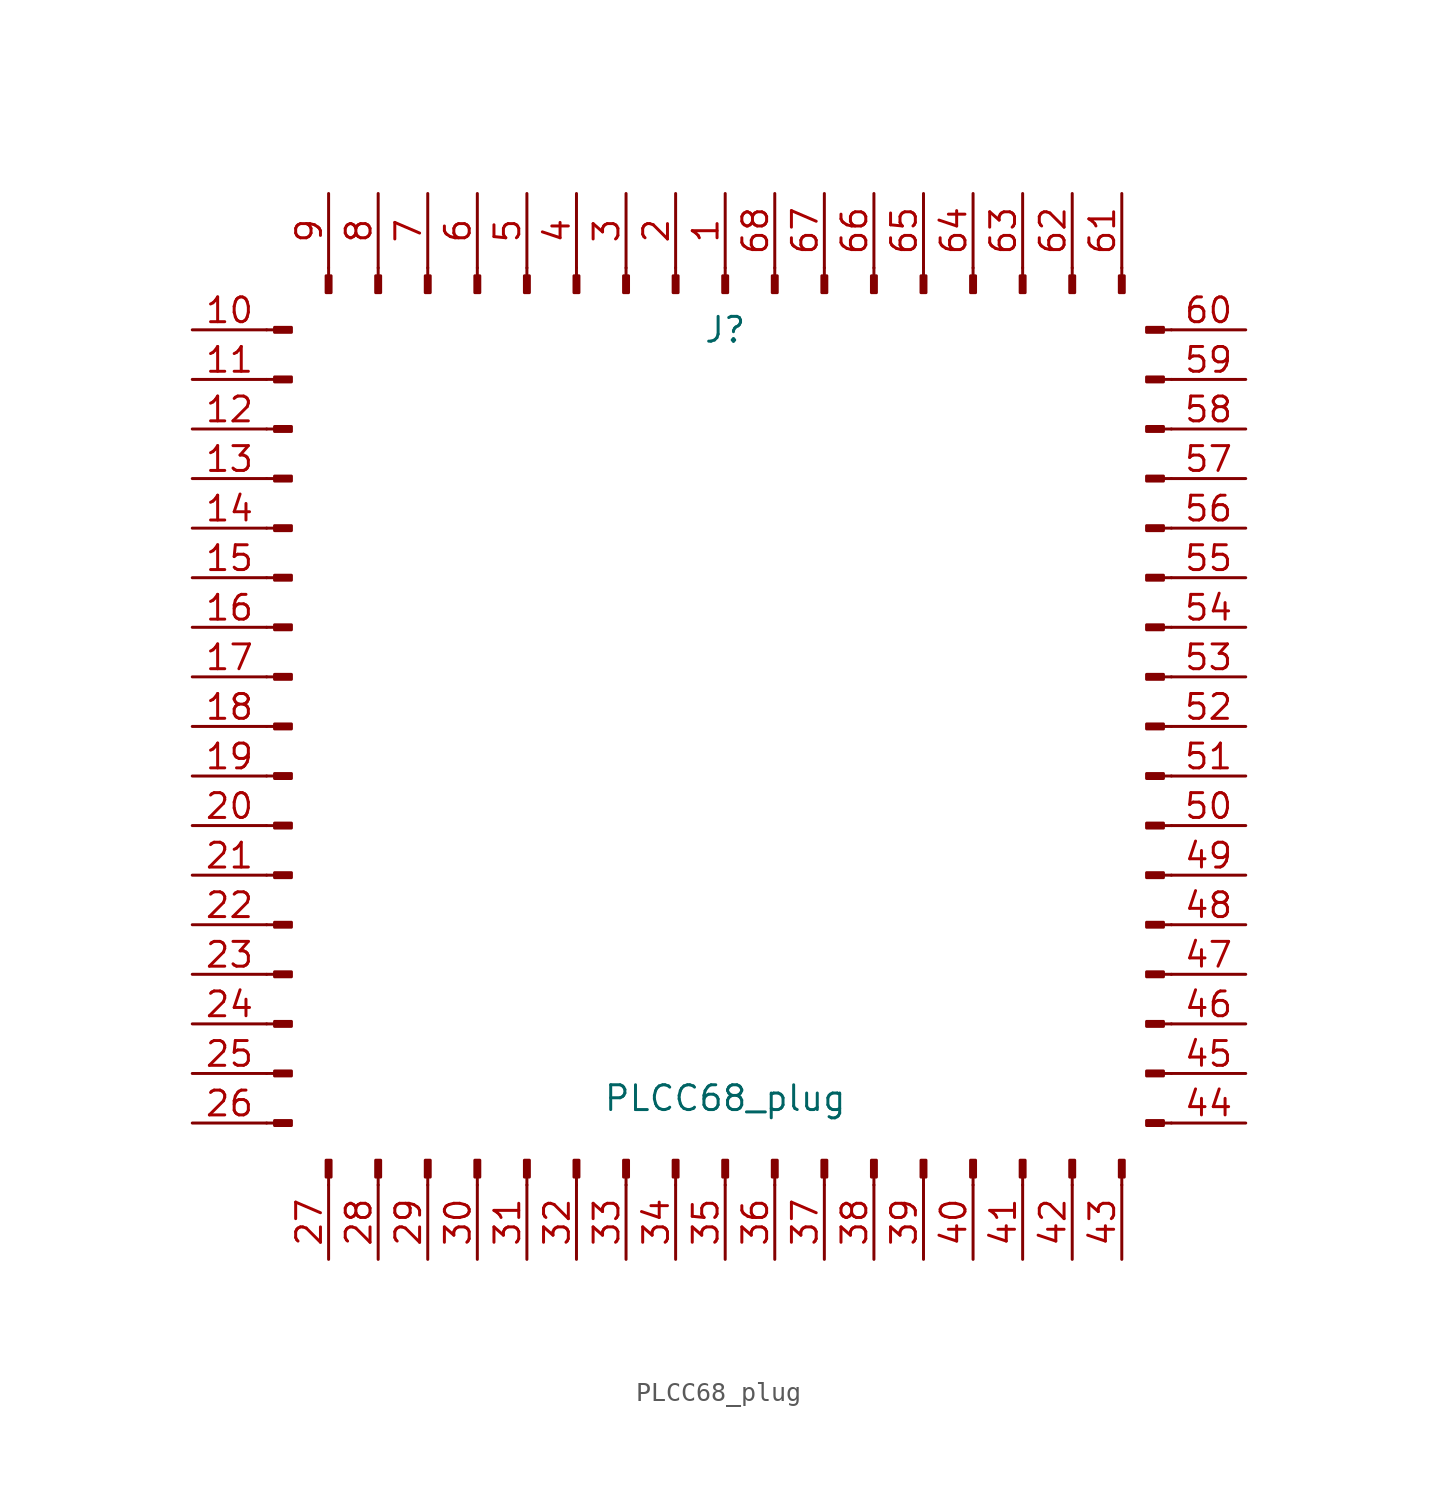
<source format=kicad_sym>
(kicad_symbol_lib
  (version 20211014)
  (generator kicad_symbol_editor)
  (symbol "PLCC68_plug"
    (pin_names
      (offset 1.016) hide)
    (property "Reference" "J"
      (at 0 20.32 0)
      (effects (font (size 1.27 1.27))))
    (property "Value" "PLCC68_plug"
      (at 0 -19.05 0)
      (effects (font (size 1.27 1.27))))
    (symbol "PLCC68_plug_1_1"
      (rectangle (start -22.225 -20.447) (end -23.089 -20.193) (stroke (width 0.152) (type default) (color 0 0 0 0)) (fill (type outline)))
      (rectangle (start -22.225 -17.907) (end -23.089 -17.653) (stroke (width 0.152) (type default) (color 0 0 0 0)) (fill (type outline)))
      (rectangle (start -22.225 -15.367) (end -23.089 -15.113) (stroke (width 0.152) (type default) (color 0 0 0 0)) (fill (type outline)))
      (rectangle (start -22.225 -12.827) (end -23.089 -12.573) (stroke (width 0.152) (type default) (color 0 0 0 0)) (fill (type outline)))
      (rectangle (start -22.225 -10.287) (end -23.089 -10.033) (stroke (width 0.152) (type default) (color 0 0 0 0)) (fill (type outline)))
      (rectangle (start -22.225 -7.747) (end -23.089 -7.493) (stroke (width 0.152) (type default) (color 0 0 0 0)) (fill (type outline)))
      (rectangle (start -22.225 -5.207) (end -23.089 -4.953) (stroke (width 0.152) (type default) (color 0 0 0 0)) (fill (type outline)))
      (rectangle (start -22.225 -2.667) (end -23.089 -2.413) (stroke (width 0.152) (type default) (color 0 0 0 0)) (fill (type outline)))
      (rectangle (start -22.225 -0.127) (end -23.089 0.127) (stroke (width 0.152) (type default) (color 0 0 0 0)) (fill (type outline)))
      (rectangle (start -22.225 2.413) (end -23.089 2.667) (stroke (width 0.152) (type default) (color 0 0 0 0)) (fill (type outline)))
      (rectangle (start -22.225 4.953) (end -23.089 5.207) (stroke (width 0.152) (type default) (color 0 0 0 0)) (fill (type outline)))
      (rectangle (start -22.225 7.493) (end -23.089 7.747) (stroke (width 0.152) (type default) (color 0 0 0 0)) (fill (type outline)))
      (rectangle (start -22.225 10.033) (end -23.089 10.287) (stroke (width 0.152) (type default) (color 0 0 0 0)) (fill (type outline)))
      (rectangle (start -22.225 12.573) (end -23.089 12.827) (stroke (width 0.152) (type default) (color 0 0 0 0)) (fill (type outline)))
      (rectangle (start -22.225 15.113) (end -23.089 15.367) (stroke (width 0.152) (type default) (color 0 0 0 0)) (fill (type outline)))
      (rectangle (start -22.225 17.653) (end -23.089 17.907) (stroke (width 0.152) (type default) (color 0 0 0 0)) (fill (type outline)))
      (rectangle (start -22.225 20.193) (end -23.089 20.447) (stroke (width 0.152) (type default) (color 0 0 0 0)) (fill (type outline)))
      (rectangle (start -20.447 22.225) (end -20.193 23.089) (stroke (width 0.152) (type default) (color 0 0 0 0)) (fill (type outline)))
      (rectangle (start -20.193 -22.225) (end -20.447 -23.089) (stroke (width 0.152) (type default) (color 0 0 0 0)) (fill (type outline)))
      (rectangle (start -17.907 22.225) (end -17.653 23.089) (stroke (width 0.152) (type default) (color 0 0 0 0)) (fill (type outline)))
      (rectangle (start -17.653 -22.225) (end -17.907 -23.089) (stroke (width 0.152) (type default) (color 0 0 0 0)) (fill (type outline)))
      (rectangle (start -15.367 22.225) (end -15.113 23.089) (stroke (width 0.152) (type default) (color 0 0 0 0)) (fill (type outline)))
      (rectangle (start -15.113 -22.225) (end -15.367 -23.089) (stroke (width 0.152) (type default) (color 0 0 0 0)) (fill (type outline)))
      (rectangle (start -12.827 22.225) (end -12.573 23.089) (stroke (width 0.152) (type default) (color 0 0 0 0)) (fill (type outline)))
      (rectangle (start -12.573 -22.225) (end -12.827 -23.089) (stroke (width 0.152) (type default) (color 0 0 0 0)) (fill (type outline)))
      (rectangle (start -10.287 22.225) (end -10.033 23.089) (stroke (width 0.152) (type default) (color 0 0 0 0)) (fill (type outline)))
      (rectangle (start -10.033 -22.225) (end -10.287 -23.089) (stroke (width 0.152) (type default) (color 0 0 0 0)) (fill (type outline)))
      (rectangle (start -7.747 22.225) (end -7.493 23.089) (stroke (width 0.152) (type default) (color 0 0 0 0)) (fill (type outline)))
      (rectangle (start -7.493 -22.225) (end -7.747 -23.089) (stroke (width 0.152) (type default) (color 0 0 0 0)) (fill (type outline)))
      (rectangle (start -5.207 22.225) (end -4.953 23.089) (stroke (width 0.152) (type default) (color 0 0 0 0)) (fill (type outline)))
      (rectangle (start -4.953 -22.225) (end -5.207 -23.089) (stroke (width 0.152) (type default) (color 0 0 0 0)) (fill (type outline)))
      (rectangle (start -2.667 22.225) (end -2.413 23.089) (stroke (width 0.152) (type default) (color 0 0 0 0)) (fill (type outline)))
      (rectangle (start -2.413 -22.225) (end -2.667 -23.089) (stroke (width 0.152) (type default) (color 0 0 0 0)) (fill (type outline)))
      (rectangle (start -0.127 22.225) (end 0.127 23.089) (stroke (width 0.152) (type default) (color 0 0 0 0)) (fill (type outline)))
      (polyline (pts (xy -23.495 -20.32) (xy -23.089 -20.32)) (stroke (width 0.152) (type default) (color 0 0 0 0)) (fill (type none)))
      (polyline (pts (xy -23.495 -17.78) (xy -23.089 -17.78)) (stroke (width 0.152) (type default) (color 0 0 0 0)) (fill (type none)))
      (polyline (pts (xy -23.495 -15.24) (xy -23.089 -15.24)) (stroke (width 0.152) (type default) (color 0 0 0 0)) (fill (type none)))
      (polyline (pts (xy -23.495 -12.7) (xy -23.089 -12.7)) (stroke (width 0.152) (type default) (color 0 0 0 0)) (fill (type none)))
      (polyline (pts (xy -23.495 -10.16) (xy -23.089 -10.16)) (stroke (width 0.152) (type default) (color 0 0 0 0)) (fill (type none)))
      (polyline (pts (xy -23.495 -7.62) (xy -23.089 -7.62)) (stroke (width 0.152) (type default) (color 0 0 0 0)) (fill (type none)))
      (polyline (pts (xy -23.495 -5.08) (xy -23.089 -5.08)) (stroke (width 0.152) (type default) (color 0 0 0 0)) (fill (type none)))
      (polyline (pts (xy -23.495 -2.54) (xy -23.089 -2.54)) (stroke (width 0.152) (type default) (color 0 0 0 0)) (fill (type none)))
      (polyline (pts (xy -23.495 0) (xy -23.089 0)) (stroke (width 0.152) (type default) (color 0 0 0 0)) (fill (type none)))
      (polyline (pts (xy -23.495 2.54) (xy -23.089 2.54)) (stroke (width 0.152) (type default) (color 0 0 0 0)) (fill (type none)))
      (polyline (pts (xy -23.495 5.08) (xy -23.089 5.08)) (stroke (width 0.152) (type default) (color 0 0 0 0)) (fill (type none)))
      (polyline (pts (xy -23.495 7.62) (xy -23.089 7.62)) (stroke (width 0.152) (type default) (color 0 0 0 0)) (fill (type none)))
      (polyline (pts (xy -23.495 10.16) (xy -23.089 10.16)) (stroke (width 0.152) (type default) (color 0 0 0 0)) (fill (type none)))
      (polyline (pts (xy -23.495 12.7) (xy -23.089 12.7)) (stroke (width 0.152) (type default) (color 0 0 0 0)) (fill (type none)))
      (polyline (pts (xy -23.495 15.24) (xy -23.089 15.24)) (stroke (width 0.152) (type default) (color 0 0 0 0)) (fill (type none)))
      (polyline (pts (xy -23.495 17.78) (xy -23.089 17.78)) (stroke (width 0.152) (type default) (color 0 0 0 0)) (fill (type none)))
      (polyline (pts (xy -23.495 20.32) (xy -23.089 20.32)) (stroke (width 0.152) (type default) (color 0 0 0 0)) (fill (type none)))
      (polyline (pts (xy -20.32 -23.495) (xy -20.32 -23.089)) (stroke (width 0.152) (type default) (color 0 0 0 0)) (fill (type none)))
      (polyline (pts (xy -20.32 23.495) (xy -20.32 23.089)) (stroke (width 0.152) (type default) (color 0 0 0 0)) (fill (type none)))
      (polyline (pts (xy -17.78 -23.495) (xy -17.78 -23.089)) (stroke (width 0.152) (type default) (color 0 0 0 0)) (fill (type none)))
      (polyline (pts (xy -17.78 23.495) (xy -17.78 23.089)) (stroke (width 0.152) (type default) (color 0 0 0 0)) (fill (type none)))
      (polyline (pts (xy -15.24 -23.495) (xy -15.24 -23.089)) (stroke (width 0.152) (type default) (color 0 0 0 0)) (fill (type none)))
      (polyline (pts (xy -15.24 23.495) (xy -15.24 23.089)) (stroke (width 0.152) (type default) (color 0 0 0 0)) (fill (type none)))
      (polyline (pts (xy -12.7 -23.495) (xy -12.7 -23.089)) (stroke (width 0.152) (type default) (color 0 0 0 0)) (fill (type none)))
      (polyline (pts (xy -12.7 23.495) (xy -12.7 23.089)) (stroke (width 0.152) (type default) (color 0 0 0 0)) (fill (type none)))
      (polyline (pts (xy -10.16 -23.495) (xy -10.16 -23.089)) (stroke (width 0.152) (type default) (color 0 0 0 0)) (fill (type none)))
      (polyline (pts (xy -10.16 23.495) (xy -10.16 23.089)) (stroke (width 0.152) (type default) (color 0 0 0 0)) (fill (type none)))
      (polyline (pts (xy -7.62 -23.495) (xy -7.62 -23.089)) (stroke (width 0.152) (type default) (color 0 0 0 0)) (fill (type none)))
      (polyline (pts (xy -7.62 23.495) (xy -7.62 23.089)) (stroke (width 0.152) (type default) (color 0 0 0 0)) (fill (type none)))
      (polyline (pts (xy -5.08 -23.495) (xy -5.08 -23.089)) (stroke (width 0.152) (type default) (color 0 0 0 0)) (fill (type none)))
      (polyline (pts (xy -5.08 23.495) (xy -5.08 23.089)) (stroke (width 0.152) (type default) (color 0 0 0 0)) (fill (type none)))
      (polyline (pts (xy -2.54 -23.495) (xy -2.54 -23.089)) (stroke (width 0.152) (type default) (color 0 0 0 0)) (fill (type none)))
      (polyline (pts (xy -2.54 23.495) (xy -2.54 23.089)) (stroke (width 0.152) (type default) (color 0 0 0 0)) (fill (type none)))
      (polyline (pts (xy 0 -23.495) (xy 0 -23.089)) (stroke (width 0.152) (type default) (color 0 0 0 0)) (fill (type none)))
      (polyline (pts (xy 0 23.495) (xy 0 23.089)) (stroke (width 0.152) (type default) (color 0 0 0 0)) (fill (type none)))
      (polyline (pts (xy 2.54 -23.495) (xy 2.54 -23.089)) (stroke (width 0.152) (type default) (color 0 0 0 0)) (fill (type none)))
      (polyline (pts (xy 2.54 23.495) (xy 2.54 23.089)) (stroke (width 0.152) (type default) (color 0 0 0 0)) (fill (type none)))
      (polyline (pts (xy 5.08 -23.495) (xy 5.08 -23.089)) (stroke (width 0.152) (type default) (color 0 0 0 0)) (fill (type none)))
      (polyline (pts (xy 5.08 23.495) (xy 5.08 23.089)) (stroke (width 0.152) (type default) (color 0 0 0 0)) (fill (type none)))
      (polyline (pts (xy 7.62 -23.495) (xy 7.62 -23.089)) (stroke (width 0.152) (type default) (color 0 0 0 0)) (fill (type none)))
      (polyline (pts (xy 7.62 23.495) (xy 7.62 23.089)) (stroke (width 0.152) (type default) (color 0 0 0 0)) (fill (type none)))
      (polyline (pts (xy 10.16 -23.495) (xy 10.16 -23.089)) (stroke (width 0.152) (type default) (color 0 0 0 0)) (fill (type none)))
      (polyline (pts (xy 10.16 23.495) (xy 10.16 23.089)) (stroke (width 0.152) (type default) (color 0 0 0 0)) (fill (type none)))
      (polyline (pts (xy 12.7 -23.495) (xy 12.7 -23.089)) (stroke (width 0.152) (type default) (color 0 0 0 0)) (fill (type none)))
      (polyline (pts (xy 12.7 23.495) (xy 12.7 23.089)) (stroke (width 0.152) (type default) (color 0 0 0 0)) (fill (type none)))
      (polyline (pts (xy 15.24 -23.495) (xy 15.24 -23.089)) (stroke (width 0.152) (type default) (color 0 0 0 0)) (fill (type none)))
      (polyline (pts (xy 15.24 23.495) (xy 15.24 23.089)) (stroke (width 0.152) (type default) (color 0 0 0 0)) (fill (type none)))
      (polyline (pts (xy 17.78 -23.495) (xy 17.78 -23.089)) (stroke (width 0.152) (type default) (color 0 0 0 0)) (fill (type none)))
      (polyline (pts (xy 17.78 23.495) (xy 17.78 23.089)) (stroke (width 0.152) (type default) (color 0 0 0 0)) (fill (type none)))
      (polyline (pts (xy 20.32 -23.495) (xy 20.32 -23.089)) (stroke (width 0.152) (type default) (color 0 0 0 0)) (fill (type none)))
      (polyline (pts (xy 20.32 23.495) (xy 20.32 23.089)) (stroke (width 0.152) (type default) (color 0 0 0 0)) (fill (type none)))
      (polyline (pts (xy 22.86 -20.32) (xy 22.454 -20.32)) (stroke (width 0.152) (type default) (color 0 0 0 0)) (fill (type none)))
      (polyline (pts (xy 22.86 -17.78) (xy 22.454 -17.78)) (stroke (width 0.152) (type default) (color 0 0 0 0)) (fill (type none)))
      (polyline (pts (xy 22.86 -15.24) (xy 22.454 -15.24)) (stroke (width 0.152) (type default) (color 0 0 0 0)) (fill (type none)))
      (polyline (pts (xy 22.86 -12.7) (xy 22.454 -12.7)) (stroke (width 0.152) (type default) (color 0 0 0 0)) (fill (type none)))
      (polyline (pts (xy 22.86 -10.16) (xy 22.454 -10.16)) (stroke (width 0.152) (type default) (color 0 0 0 0)) (fill (type none)))
      (polyline (pts (xy 22.86 -7.62) (xy 22.454 -7.62)) (stroke (width 0.152) (type default) (color 0 0 0 0)) (fill (type none)))
      (polyline (pts (xy 22.86 -5.08) (xy 22.454 -5.08)) (stroke (width 0.152) (type default) (color 0 0 0 0)) (fill (type none)))
      (polyline (pts (xy 22.86 -2.54) (xy 22.454 -2.54)) (stroke (width 0.152) (type default) (color 0 0 0 0)) (fill (type none)))
      (polyline (pts (xy 22.86 0) (xy 22.454 0)) (stroke (width 0.152) (type default) (color 0 0 0 0)) (fill (type none)))
      (polyline (pts (xy 22.86 2.54) (xy 22.454 2.54)) (stroke (width 0.152) (type default) (color 0 0 0 0)) (fill (type none)))
      (polyline (pts (xy 22.86 5.08) (xy 22.454 5.08)) (stroke (width 0.152) (type default) (color 0 0 0 0)) (fill (type none)))
      (polyline (pts (xy 22.86 7.62) (xy 22.454 7.62)) (stroke (width 0.152) (type default) (color 0 0 0 0)) (fill (type none)))
      (polyline (pts (xy 22.86 10.16) (xy 22.454 10.16)) (stroke (width 0.152) (type default) (color 0 0 0 0)) (fill (type none)))
      (polyline (pts (xy 22.86 12.7) (xy 22.454 12.7)) (stroke (width 0.152) (type default) (color 0 0 0 0)) (fill (type none)))
      (polyline (pts (xy 22.86 15.24) (xy 22.454 15.24)) (stroke (width 0.152) (type default) (color 0 0 0 0)) (fill (type none)))
      (polyline (pts (xy 22.86 17.78) (xy 22.454 17.78)) (stroke (width 0.152) (type default) (color 0 0 0 0)) (fill (type none)))
      (polyline (pts (xy 22.86 20.32) (xy 22.454 20.32)) (stroke (width 0.152) (type default) (color 0 0 0 0)) (fill (type none)))
      (rectangle (start 0.127 -22.225) (end -0.127 -23.089) (stroke (width 0.152) (type default) (color 0 0 0 0)) (fill (type outline)))
      (rectangle (start 2.413 22.225) (end 2.667 23.089) (stroke (width 0.152) (type default) (color 0 0 0 0)) (fill (type outline)))
      (rectangle (start 2.667 -22.225) (end 2.413 -23.089) (stroke (width 0.152) (type default) (color 0 0 0 0)) (fill (type outline)))
      (rectangle (start 4.953 22.225) (end 5.207 23.089) (stroke (width 0.152) (type default) (color 0 0 0 0)) (fill (type outline)))
      (rectangle (start 5.207 -22.225) (end 4.953 -23.089) (stroke (width 0.152) (type default) (color 0 0 0 0)) (fill (type outline)))
      (rectangle (start 7.493 22.225) (end 7.747 23.089) (stroke (width 0.152) (type default) (color 0 0 0 0)) (fill (type outline)))
      (rectangle (start 7.747 -22.225) (end 7.493 -23.089) (stroke (width 0.152) (type default) (color 0 0 0 0)) (fill (type outline)))
      (rectangle (start 10.033 22.225) (end 10.287 23.089) (stroke (width 0.152) (type default) (color 0 0 0 0)) (fill (type outline)))
      (rectangle (start 10.287 -22.225) (end 10.033 -23.089) (stroke (width 0.152) (type default) (color 0 0 0 0)) (fill (type outline)))
      (rectangle (start 12.573 22.225) (end 12.827 23.089) (stroke (width 0.152) (type default) (color 0 0 0 0)) (fill (type outline)))
      (rectangle (start 12.827 -22.225) (end 12.573 -23.089) (stroke (width 0.152) (type default) (color 0 0 0 0)) (fill (type outline)))
      (rectangle (start 15.113 22.225) (end 15.367 23.089) (stroke (width 0.152) (type default) (color 0 0 0 0)) (fill (type outline)))
      (rectangle (start 15.367 -22.225) (end 15.113 -23.089) (stroke (width 0.152) (type default) (color 0 0 0 0)) (fill (type outline)))
      (rectangle (start 17.653 22.225) (end 17.907 23.089) (stroke (width 0.152) (type default) (color 0 0 0 0)) (fill (type outline)))
      (rectangle (start 17.907 -22.225) (end 17.653 -23.089) (stroke (width 0.152) (type default) (color 0 0 0 0)) (fill (type outline)))
      (rectangle (start 20.193 22.225) (end 20.447 23.089) (stroke (width 0.152) (type default) (color 0 0 0 0)) (fill (type outline)))
      (rectangle (start 20.447 -22.225) (end 20.193 -23.089) (stroke (width 0.152) (type default) (color 0 0 0 0)) (fill (type outline)))
      (rectangle (start 21.59 -20.193) (end 22.454 -20.447) (stroke (width 0.152) (type default) (color 0 0 0 0)) (fill (type outline)))
      (rectangle (start 21.59 -17.653) (end 22.454 -17.907) (stroke (width 0.152) (type default) (color 0 0 0 0)) (fill (type outline)))
      (rectangle (start 21.59 -15.113) (end 22.454 -15.367) (stroke (width 0.152) (type default) (color 0 0 0 0)) (fill (type outline)))
      (rectangle (start 21.59 -12.573) (end 22.454 -12.827) (stroke (width 0.152) (type default) (color 0 0 0 0)) (fill (type outline)))
      (rectangle (start 21.59 -10.033) (end 22.454 -10.287) (stroke (width 0.152) (type default) (color 0 0 0 0)) (fill (type outline)))
      (rectangle (start 21.59 -7.493) (end 22.454 -7.747) (stroke (width 0.152) (type default) (color 0 0 0 0)) (fill (type outline)))
      (rectangle (start 21.59 -4.953) (end 22.454 -5.207) (stroke (width 0.152) (type default) (color 0 0 0 0)) (fill (type outline)))
      (rectangle (start 21.59 -2.413) (end 22.454 -2.667) (stroke (width 0.152) (type default) (color 0 0 0 0)) (fill (type outline)))
      (rectangle (start 21.59 0.127) (end 22.454 -0.127) (stroke (width 0.152) (type default) (color 0 0 0 0)) (fill (type outline)))
      (rectangle (start 21.59 2.667) (end 22.454 2.413) (stroke (width 0.152) (type default) (color 0 0 0 0)) (fill (type outline)))
      (rectangle (start 21.59 5.207) (end 22.454 4.953) (stroke (width 0.152) (type default) (color 0 0 0 0)) (fill (type outline)))
      (rectangle (start 21.59 7.747) (end 22.454 7.493) (stroke (width 0.152) (type default) (color 0 0 0 0)) (fill (type outline)))
      (rectangle (start 21.59 10.287) (end 22.454 10.033) (stroke (width 0.152) (type default) (color 0 0 0 0)) (fill (type outline)))
      (rectangle (start 21.59 12.827) (end 22.454 12.573) (stroke (width 0.152) (type default) (color 0 0 0 0)) (fill (type outline)))
      (rectangle (start 21.59 15.367) (end 22.454 15.113) (stroke (width 0.152) (type default) (color 0 0 0 0)) (fill (type outline)))
      (rectangle (start 21.59 17.907) (end 22.454 17.653) (stroke (width 0.152) (type default) (color 0 0 0 0)) (fill (type outline)))
      (rectangle (start 21.59 20.447) (end 22.454 20.193) (stroke (width 0.152) (type default) (color 0 0 0 0)) (fill (type outline)))
      (pin passive line (at 0 27.305 270) (length 3.81) (name "Pin_1" (effects (font (size 1.27 1.27)))) (number "1" (effects (font (size 1.27 1.27)))))
      (pin passive line (at -27.305 20.32 0) (length 3.81) (name "Pin_10" (effects (font (size 1.27 1.27)))) (number "10" (effects (font (size 1.27 1.27)))))
      (pin passive line (at -27.305 17.78 0) (length 3.81) (name "Pin_11" (effects (font (size 1.27 1.27)))) (number "11" (effects (font (size 1.27 1.27)))))
      (pin passive line (at -27.305 15.24 0) (length 3.81) (name "Pin_12" (effects (font (size 1.27 1.27)))) (number "12" (effects (font (size 1.27 1.27)))))
      (pin passive line (at -27.305 12.7 0) (length 3.81) (name "Pin_13" (effects (font (size 1.27 1.27)))) (number "13" (effects (font (size 1.27 1.27)))))
      (pin passive line (at -27.305 10.16 0) (length 3.81) (name "Pin_14" (effects (font (size 1.27 1.27)))) (number "14" (effects (font (size 1.27 1.27)))))
      (pin passive line (at -27.305 7.62 0) (length 3.81) (name "Pin_15" (effects (font (size 1.27 1.27)))) (number "15" (effects (font (size 1.27 1.27)))))
      (pin passive line (at -27.305 5.08 0) (length 3.81) (name "Pin_16" (effects (font (size 1.27 1.27)))) (number "16" (effects (font (size 1.27 1.27)))))
      (pin passive line (at -27.305 2.54 0) (length 3.81) (name "Pin_17" (effects (font (size 1.27 1.27)))) (number "17" (effects (font (size 1.27 1.27)))))
      (pin passive line (at -27.305 0 0) (length 3.81) (name "Pin_18" (effects (font (size 1.27 1.27)))) (number "18" (effects (font (size 1.27 1.27)))))
      (pin passive line (at -27.305 -2.54 0) (length 3.81) (name "Pin_19" (effects (font (size 1.27 1.27)))) (number "19" (effects (font (size 1.27 1.27)))))
      (pin passive line (at -2.54 27.305 270) (length 3.81) (name "Pin_2" (effects (font (size 1.27 1.27)))) (number "2" (effects (font (size 1.27 1.27)))))
      (pin passive line (at -27.305 -5.08 0) (length 3.81) (name "Pin_20" (effects (font (size 1.27 1.27)))) (number "20" (effects (font (size 1.27 1.27)))))
      (pin passive line (at -27.305 -7.62 0) (length 3.81) (name "Pin_21" (effects (font (size 1.27 1.27)))) (number "21" (effects (font (size 1.27 1.27)))))
      (pin passive line (at -27.305 -10.16 0) (length 3.81) (name "Pin_22" (effects (font (size 1.27 1.27)))) (number "22" (effects (font (size 1.27 1.27)))))
      (pin passive line (at -27.305 -12.7 0) (length 3.81) (name "Pin_23" (effects (font (size 1.27 1.27)))) (number "23" (effects (font (size 1.27 1.27)))))
      (pin passive line (at -27.305 -15.24 0) (length 3.81) (name "Pin_24" (effects (font (size 1.27 1.27)))) (number "24" (effects (font (size 1.27 1.27)))))
      (pin passive line (at -27.305 -17.78 0) (length 3.81) (name "Pin_25" (effects (font (size 1.27 1.27)))) (number "25" (effects (font (size 1.27 1.27)))))
      (pin passive line (at -27.305 -20.32 0) (length 3.81) (name "Pin_26" (effects (font (size 1.27 1.27)))) (number "26" (effects (font (size 1.27 1.27)))))
      (pin passive line (at -20.32 -27.305 90) (length 3.81) (name "Pin_27" (effects (font (size 1.27 1.27)))) (number "27" (effects (font (size 1.27 1.27)))))
      (pin passive line (at -17.78 -27.305 90) (length 3.81) (name "Pin_28" (effects (font (size 1.27 1.27)))) (number "28" (effects (font (size 1.27 1.27)))))
      (pin passive line (at -15.24 -27.305 90) (length 3.81) (name "Pin_29" (effects (font (size 1.27 1.27)))) (number "29" (effects (font (size 1.27 1.27)))))
      (pin passive line (at -5.08 27.305 270) (length 3.81) (name "Pin_3" (effects (font (size 1.27 1.27)))) (number "3" (effects (font (size 1.27 1.27)))))
      (pin passive line (at -12.7 -27.305 90) (length 3.81) (name "Pin_30" (effects (font (size 1.27 1.27)))) (number "30" (effects (font (size 1.27 1.27)))))
      (pin passive line (at -10.16 -27.305 90) (length 3.81) (name "Pin_31" (effects (font (size 1.27 1.27)))) (number "31" (effects (font (size 1.27 1.27)))))
      (pin passive line (at -7.62 -27.305 90) (length 3.81) (name "Pin_32" (effects (font (size 1.27 1.27)))) (number "32" (effects (font (size 1.27 1.27)))))
      (pin passive line (at -5.08 -27.305 90) (length 3.81) (name "Pin_33" (effects (font (size 1.27 1.27)))) (number "33" (effects (font (size 1.27 1.27)))))
      (pin passive line (at -2.54 -27.305 90) (length 3.81) (name "Pin_34" (effects (font (size 1.27 1.27)))) (number "34" (effects (font (size 1.27 1.27)))))
      (pin passive line (at 0 -27.305 90) (length 3.81) (name "Pin_35" (effects (font (size 1.27 1.27)))) (number "35" (effects (font (size 1.27 1.27)))))
      (pin passive line (at 2.54 -27.305 90) (length 3.81) (name "Pin_36" (effects (font (size 1.27 1.27)))) (number "36" (effects (font (size 1.27 1.27)))))
      (pin passive line (at 5.08 -27.305 90) (length 3.81) (name "Pin_37" (effects (font (size 1.27 1.27)))) (number "37" (effects (font (size 1.27 1.27)))))
      (pin passive line (at 7.62 -27.305 90) (length 3.81) (name "Pin_38" (effects (font (size 1.27 1.27)))) (number "38" (effects (font (size 1.27 1.27)))))
      (pin passive line (at 10.16 -27.305 90) (length 3.81) (name "Pin_39" (effects (font (size 1.27 1.27)))) (number "39" (effects (font (size 1.27 1.27)))))
      (pin passive line (at -7.62 27.305 270) (length 3.81) (name "Pin_4" (effects (font (size 1.27 1.27)))) (number "4" (effects (font (size 1.27 1.27)))))
      (pin passive line (at 12.7 -27.305 90) (length 3.81) (name "Pin_40" (effects (font (size 1.27 1.27)))) (number "40" (effects (font (size 1.27 1.27)))))
      (pin passive line (at 15.24 -27.305 90) (length 3.81) (name "Pin_41" (effects (font (size 1.27 1.27)))) (number "41" (effects (font (size 1.27 1.27)))))
      (pin passive line (at 17.78 -27.305 90) (length 3.81) (name "Pin_42" (effects (font (size 1.27 1.27)))) (number "42" (effects (font (size 1.27 1.27)))))
      (pin passive line (at 20.32 -27.305 90) (length 3.81) (name "Pin_43" (effects (font (size 1.27 1.27)))) (number "43" (effects (font (size 1.27 1.27)))))
      (pin passive line (at 26.67 -20.32 180) (length 3.81) (name "Pin_44" (effects (font (size 1.27 1.27)))) (number "44" (effects (font (size 1.27 1.27)))))
      (pin passive line (at 26.67 -17.78 180) (length 3.81) (name "Pin_45" (effects (font (size 1.27 1.27)))) (number "45" (effects (font (size 1.27 1.27)))))
      (pin passive line (at 26.67 -15.24 180) (length 3.81) (name "Pin_46" (effects (font (size 1.27 1.27)))) (number "46" (effects (font (size 1.27 1.27)))))
      (pin passive line (at 26.67 -12.7 180) (length 3.81) (name "Pin_47" (effects (font (size 1.27 1.27)))) (number "47" (effects (font (size 1.27 1.27)))))
      (pin passive line (at 26.67 -10.16 180) (length 3.81) (name "Pin_48" (effects (font (size 1.27 1.27)))) (number "48" (effects (font (size 1.27 1.27)))))
      (pin passive line (at 26.67 -7.62 180) (length 3.81) (name "Pin_49" (effects (font (size 1.27 1.27)))) (number "49" (effects (font (size 1.27 1.27)))))
      (pin passive line (at -10.16 27.305 270) (length 3.81) (name "Pin_5" (effects (font (size 1.27 1.27)))) (number "5" (effects (font (size 1.27 1.27)))))
      (pin passive line (at 26.67 -5.08 180) (length 3.81) (name "Pin_50" (effects (font (size 1.27 1.27)))) (number "50" (effects (font (size 1.27 1.27)))))
      (pin passive line (at 26.67 -2.54 180) (length 3.81) (name "Pin_51" (effects (font (size 1.27 1.27)))) (number "51" (effects (font (size 1.27 1.27)))))
      (pin passive line (at 26.67 0 180) (length 3.81) (name "Pin_52" (effects (font (size 1.27 1.27)))) (number "52" (effects (font (size 1.27 1.27)))))
      (pin passive line (at 26.67 2.54 180) (length 3.81) (name "Pin_53" (effects (font (size 1.27 1.27)))) (number "53" (effects (font (size 1.27 1.27)))))
      (pin passive line (at 26.67 5.08 180) (length 3.81) (name "Pin_54" (effects (font (size 1.27 1.27)))) (number "54" (effects (font (size 1.27 1.27)))))
      (pin passive line (at 26.67 7.62 180) (length 3.81) (name "Pin_55" (effects (font (size 1.27 1.27)))) (number "55" (effects (font (size 1.27 1.27)))))
      (pin passive line (at 26.67 10.16 180) (length 3.81) (name "Pin_56" (effects (font (size 1.27 1.27)))) (number "56" (effects (font (size 1.27 1.27)))))
      (pin passive line (at 26.67 12.7 180) (length 3.81) (name "Pin_57" (effects (font (size 1.27 1.27)))) (number "57" (effects (font (size 1.27 1.27)))))
      (pin passive line (at 26.67 15.24 180) (length 3.81) (name "Pin_58" (effects (font (size 1.27 1.27)))) (number "58" (effects (font (size 1.27 1.27)))))
      (pin passive line (at 26.67 17.78 180) (length 3.81) (name "Pin_59" (effects (font (size 1.27 1.27)))) (number "59" (effects (font (size 1.27 1.27)))))
      (pin passive line (at -12.7 27.305 270) (length 3.81) (name "Pin_6" (effects (font (size 1.27 1.27)))) (number "6" (effects (font (size 1.27 1.27)))))
      (pin passive line (at 26.67 20.32 180) (length 3.81) (name "Pin_60" (effects (font (size 1.27 1.27)))) (number "60" (effects (font (size 1.27 1.27)))))
      (pin passive line (at 20.32 27.305 270) (length 3.81) (name "Pin_61" (effects (font (size 1.27 1.27)))) (number "61" (effects (font (size 1.27 1.27)))))
      (pin passive line (at 17.78 27.305 270) (length 3.81) (name "Pin_62" (effects (font (size 1.27 1.27)))) (number "62" (effects (font (size 1.27 1.27)))))
      (pin passive line (at 15.24 27.305 270) (length 3.81) (name "Pin_63" (effects (font (size 1.27 1.27)))) (number "63" (effects (font (size 1.27 1.27)))))
      (pin passive line (at 12.7 27.305 270) (length 3.81) (name "Pin_64" (effects (font (size 1.27 1.27)))) (number "64" (effects (font (size 1.27 1.27)))))
      (pin passive line (at 10.16 27.305 270) (length 3.81) (name "Pin_65" (effects (font (size 1.27 1.27)))) (number "65" (effects (font (size 1.27 1.27)))))
      (pin passive line (at 7.62 27.305 270) (length 3.81) (name "Pin_66" (effects (font (size 1.27 1.27)))) (number "66" (effects (font (size 1.27 1.27)))))
      (pin passive line (at 5.08 27.305 270) (length 3.81) (name "Pin_67" (effects (font (size 1.27 1.27)))) (number "67" (effects (font (size 1.27 1.27)))))
      (pin passive line (at 2.54 27.305 270) (length 3.81) (name "Pin_68" (effects (font (size 1.27 1.27)))) (number "68" (effects (font (size 1.27 1.27)))))
      (pin passive line (at -15.24 27.305 270) (length 3.81) (name "Pin_7" (effects (font (size 1.27 1.27)))) (number "7" (effects (font (size 1.27 1.27)))))
      (pin passive line (at -17.78 27.305 270) (length 3.81) (name "Pin_8" (effects (font (size 1.27 1.27)))) (number "8" (effects (font (size 1.27 1.27)))))
      (pin passive line (at -20.32 27.305 270) (length 3.81) (name "Pin_9" (effects (font (size 1.27 1.27)))) (number "9" (effects (font (size 1.27 1.27))))))))
</source>
